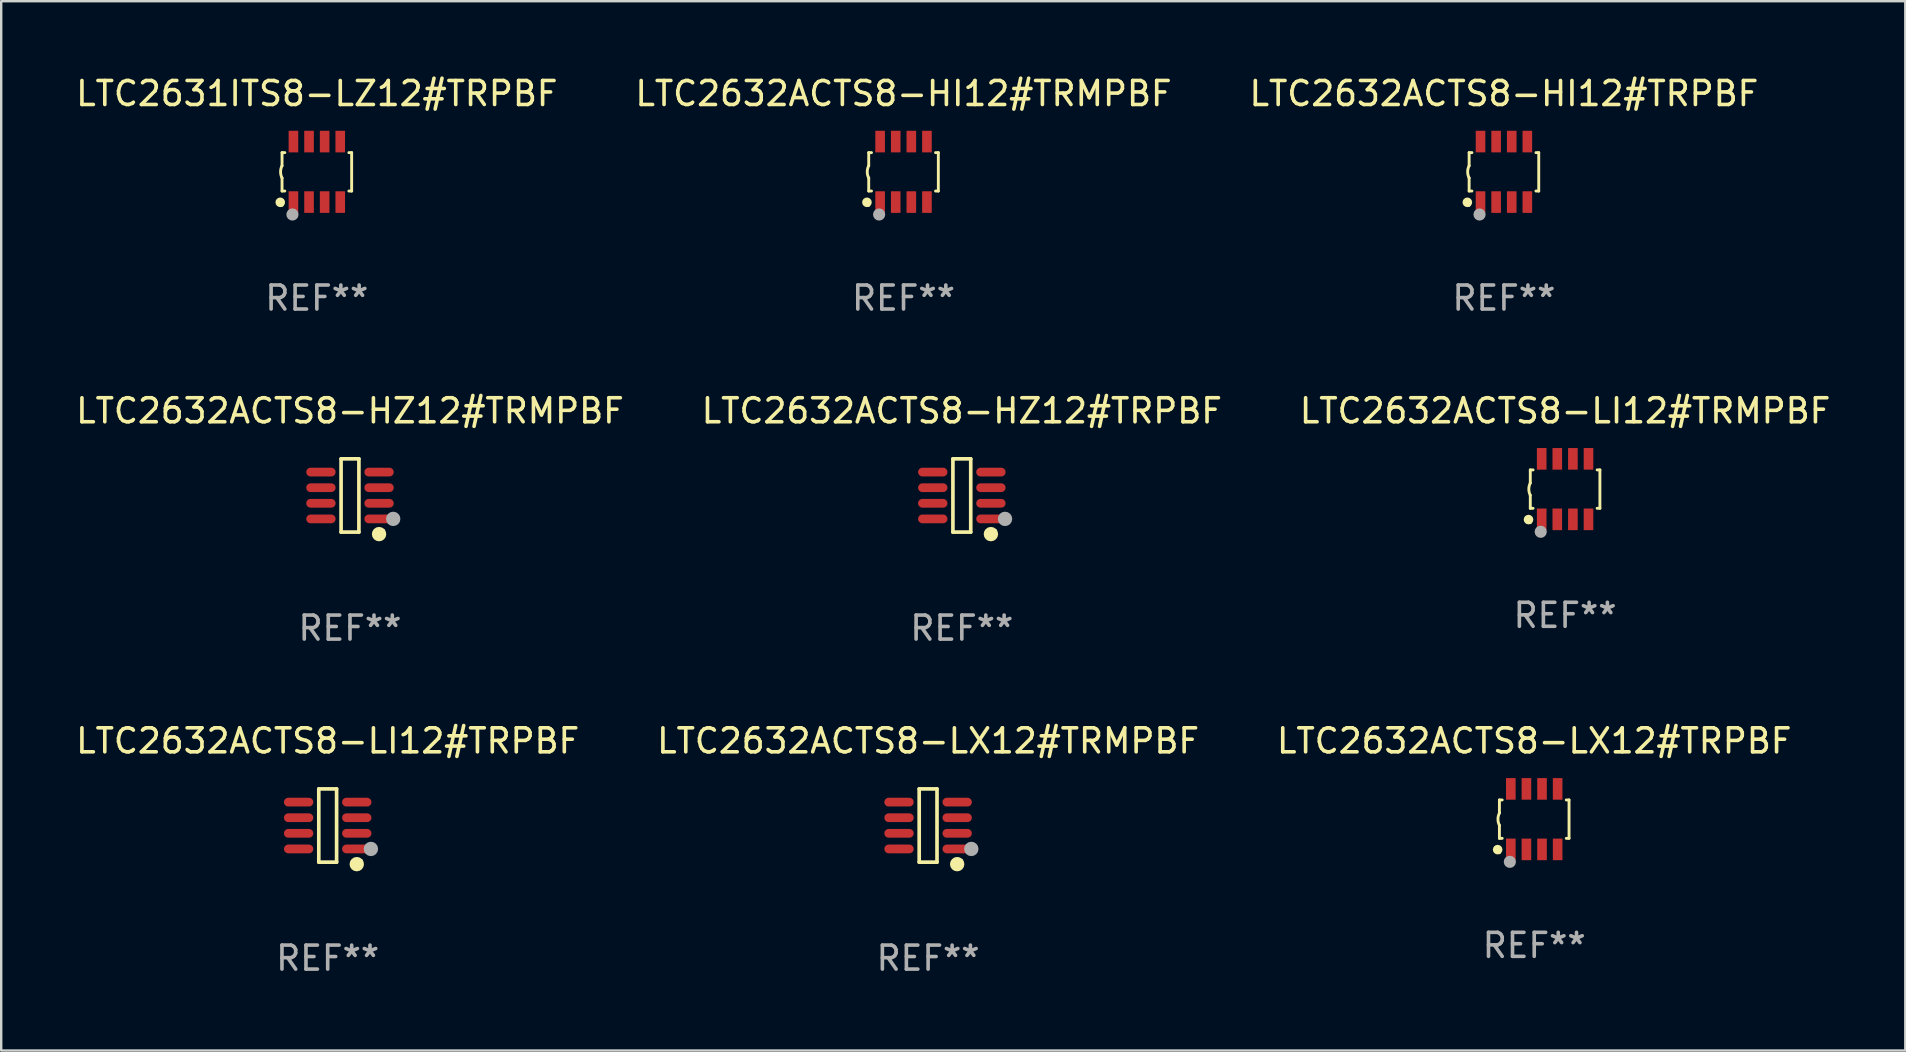
<source format=kicad_pcb>
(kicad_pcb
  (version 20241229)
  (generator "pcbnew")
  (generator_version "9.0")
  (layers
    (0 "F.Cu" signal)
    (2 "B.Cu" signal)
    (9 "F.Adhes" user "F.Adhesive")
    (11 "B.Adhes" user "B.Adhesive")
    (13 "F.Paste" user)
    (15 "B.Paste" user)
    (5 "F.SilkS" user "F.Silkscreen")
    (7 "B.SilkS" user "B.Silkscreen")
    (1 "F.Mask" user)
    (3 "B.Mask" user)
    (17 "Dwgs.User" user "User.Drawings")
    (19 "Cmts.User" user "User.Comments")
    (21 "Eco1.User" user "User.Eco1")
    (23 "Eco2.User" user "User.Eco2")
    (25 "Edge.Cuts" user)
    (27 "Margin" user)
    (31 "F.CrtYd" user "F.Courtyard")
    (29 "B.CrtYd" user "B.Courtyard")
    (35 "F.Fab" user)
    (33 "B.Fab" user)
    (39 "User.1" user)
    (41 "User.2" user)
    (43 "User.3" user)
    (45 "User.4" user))
  (footprint "LTC2632ACTS8-HI12#TRMPBF"
    (layer "F.Cu")
    (at 34.589 4.108)
    (property "Reference" "LTC2632ACTS8-HI12#TRMPBF" (at 0 -3.26 0) (layer "F.SilkS") (effects (font (size 1 1) (thickness 0.15))))
    (attr through_hole)
    (fp_line (start -1.45 -0.8) (end -1.45 -0.254) (stroke (width 0.12) (type solid)) (layer "F.SilkS"))
    (fp_line (start -1.45 -0.8) (end -1.334 -0.8) (stroke (width 0.12) (type solid)) (layer "F.SilkS"))
    (fp_line (start -1.45 0.8) (end -1.45 0.254) (stroke (width 0.12) (type solid)) (layer "F.SilkS"))
    (fp_line (start -1.45 0.8) (end -1.334 0.8) (stroke (width 0.12) (type solid)) (layer "F.SilkS"))
    (fp_line (start 1.334 -0.8) (end 1.45 -0.8) (stroke (width 0.12) (type solid)) (layer "F.SilkS"))
    (fp_line (start 1.334 0.8) (end 1.45 0.8) (stroke (width 0.12) (type solid)) (layer "F.SilkS"))
    (fp_line (start 1.45 0.8) (end 1.45 -0.8) (stroke (width 0.12) (type solid)) (layer "F.SilkS"))
    (fp_arc (start -1.45075 0.255144) (mid -1.510605 0.000434) (end -1.450013 -0.254102) (stroke (width 0.11999) (type solid)) (layer "F.SilkS"))
    (fp_circle (center -1.524 1.27) (end -1.424 1.27) (stroke (width 0.2) (type solid)) (fill no) (layer "F.SilkS"))
    (fp_circle (center -1.45 1.4) (end -1.42 1.4) (stroke (width 0.06) (type solid)) (fill no) (layer "F.SilkS"))
    (fp_circle (center -1.016 1.778) (end -0.889 1.778) (stroke (width 0.254) (type solid)) (fill no) (layer "F.Fab"))
    (fp_text user "REF**" (at 0 5.26 0) (layer "F.Fab") (effects (font (size 1 1) (thickness 0.15))))
    (pad "1" smd rect (at -0.975 1.26) (size 0.4 0.9) (layers "F.Cu" "F.Mask" "F.Paste"))
    (pad "2" smd rect (at -0.325 1.26) (size 0.4 0.9) (layers "F.Cu" "F.Mask" "F.Paste"))
    (pad "3" smd rect (at 0.325 1.26) (size 0.4 0.9) (layers "F.Cu" "F.Mask" "F.Paste"))
    (pad "4" smd rect (at 0.975 1.26) (size 0.4 0.9) (layers "F.Cu" "F.Mask" "F.Paste"))
    (pad "5" smd rect (at 0.975 -1.26) (size 0.4 0.9) (layers "F.Cu" "F.Mask" "F.Paste"))
    (pad "6" smd rect (at 0.325 -1.26) (size 0.4 0.9) (layers "F.Cu" "F.Mask" "F.Paste"))
    (pad "7" smd rect (at -0.325 -1.26) (size 0.4 0.9) (layers "F.Cu" "F.Mask" "F.Paste"))
    (pad "8" smd rect (at -0.975 -1.26) (size 0.4 0.9) (layers "F.Cu" "F.Mask" "F.Paste")))
  (footprint "LTC2632ACTS8-HZ12#TRPBF"
    (layer "F.Cu")
    (at 37.018 17.591)
    (property "Reference" "LTC2632ACTS8-HZ12#TRPBF" (at 0 -3.526 0) (layer "F.SilkS") (effects (font (size 1 1) (thickness 0.15))))
    (attr through_hole)
    (fp_line (start -0.371 -1.526) (end 0.371 -1.526) (stroke (width 0.152) (type solid)) (layer "F.SilkS"))
    (fp_line (start -0.371 1.526) (end -0.371 -1.526) (stroke (width 0.152) (type solid)) (layer "F.SilkS"))
    (fp_line (start 0.371 -1.526) (end 0.371 1.526) (stroke (width 0.152) (type solid)) (layer "F.SilkS"))
    (fp_line (start 0.371 1.526) (end -0.371 1.526) (stroke (width 0.152) (type solid)) (layer "F.SilkS"))
    (fp_circle (center 1.211 1.609) (end 1.361 1.609) (stroke (width 0.3) (type solid)) (fill no) (layer "F.SilkS"))
    (fp_circle (center 1.4 1.45) (end 1.43 1.45) (stroke (width 0.06) (type solid)) (fill no) (layer "F.SilkS"))
    (fp_circle (center 1.8 0.975) (end 1.95 0.975) (stroke (width 0.3) (type solid)) (fill no) (layer "F.Fab"))
    (fp_text user "REF**" (at 0 5.526 0) (layer "F.Fab") (effects (font (size 1 1) (thickness 0.15))))
    (pad "1" smd oval (at 1.211 0.975) (size 1.222 0.364) (layers "F.Cu" "F.Mask" "F.Paste"))
    (pad "2" smd oval (at 1.211 0.325) (size 1.222 0.364) (layers "F.Cu" "F.Mask" "F.Paste"))
    (pad "3" smd oval (at 1.211 -0.325) (size 1.222 0.364) (layers "F.Cu" "F.Mask" "F.Paste"))
    (pad "4" smd oval (at 1.211 -0.975) (size 1.222 0.364) (layers "F.Cu" "F.Mask" "F.Paste"))
    (pad "5" smd oval (at -1.211 -0.975) (size 1.222 0.364) (layers "F.Cu" "F.Mask" "F.Paste"))
    (pad "6" smd oval (at -1.211 -0.325) (size 1.222 0.364) (layers "F.Cu" "F.Mask" "F.Paste"))
    (pad "7" smd oval (at -1.211 0.325) (size 1.222 0.364) (layers "F.Cu" "F.Mask" "F.Paste"))
    (pad "8" smd oval (at -1.211 0.975) (size 1.222 0.364) (layers "F.Cu" "F.Mask" "F.Paste")))
  (footprint "LTC2632ACTS8-HZ12#TRMPBF"
    (layer "F.Cu")
    (at 11.53 17.591)
    (property "Reference" "LTC2632ACTS8-HZ12#TRMPBF" (at 0 -3.526 0) (layer "F.SilkS") (effects (font (size 1 1) (thickness 0.15))))
    (attr through_hole)
    (fp_line (start -0.371 -1.526) (end 0.371 -1.526) (stroke (width 0.152) (type solid)) (layer "F.SilkS"))
    (fp_line (start -0.371 1.526) (end -0.371 -1.526) (stroke (width 0.152) (type solid)) (layer "F.SilkS"))
    (fp_line (start 0.371 -1.526) (end 0.371 1.526) (stroke (width 0.152) (type solid)) (layer "F.SilkS"))
    (fp_line (start 0.371 1.526) (end -0.371 1.526) (stroke (width 0.152) (type solid)) (layer "F.SilkS"))
    (fp_circle (center 1.211 1.609) (end 1.361 1.609) (stroke (width 0.3) (type solid)) (fill no) (layer "F.SilkS"))
    (fp_circle (center 1.4 1.45) (end 1.43 1.45) (stroke (width 0.06) (type solid)) (fill no) (layer "F.SilkS"))
    (fp_circle (center 1.8 0.975) (end 1.95 0.975) (stroke (width 0.3) (type solid)) (fill no) (layer "F.Fab"))
    (fp_text user "REF**" (at 0 5.526 0) (layer "F.Fab") (effects (font (size 1 1) (thickness 0.15))))
    (pad "1" smd oval (at 1.211 0.975) (size 1.222 0.364) (layers "F.Cu" "F.Mask" "F.Paste"))
    (pad "2" smd oval (at 1.211 0.325) (size 1.222 0.364) (layers "F.Cu" "F.Mask" "F.Paste"))
    (pad "3" smd oval (at 1.211 -0.325) (size 1.222 0.364) (layers "F.Cu" "F.Mask" "F.Paste"))
    (pad "4" smd oval (at 1.211 -0.975) (size 1.222 0.364) (layers "F.Cu" "F.Mask" "F.Paste"))
    (pad "5" smd oval (at -1.211 -0.975) (size 1.222 0.364) (layers "F.Cu" "F.Mask" "F.Paste"))
    (pad "6" smd oval (at -1.211 -0.325) (size 1.222 0.364) (layers "F.Cu" "F.Mask" "F.Paste"))
    (pad "7" smd oval (at -1.211 0.325) (size 1.222 0.364) (layers "F.Cu" "F.Mask" "F.Paste"))
    (pad "8" smd oval (at -1.211 0.975) (size 1.222 0.364) (layers "F.Cu" "F.Mask" "F.Paste")))
  (footprint "LTC2632ACTS8-LX12#TRPBF"
    (layer "F.Cu")
    (at 60.863 31.074)
    (property "Reference" "LTC2632ACTS8-LX12#TRPBF" (at 0 -3.26 0) (layer "F.SilkS") (effects (font (size 1 1) (thickness 0.15))))
    (attr through_hole)
    (fp_line (start -1.45 -0.8) (end -1.45 -0.254) (stroke (width 0.12) (type solid)) (layer "F.SilkS"))
    (fp_line (start -1.45 -0.8) (end -1.334 -0.8) (stroke (width 0.12) (type solid)) (layer "F.SilkS"))
    (fp_line (start -1.45 0.8) (end -1.45 0.254) (stroke (width 0.12) (type solid)) (layer "F.SilkS"))
    (fp_line (start -1.45 0.8) (end -1.334 0.8) (stroke (width 0.12) (type solid)) (layer "F.SilkS"))
    (fp_line (start 1.334 -0.8) (end 1.45 -0.8) (stroke (width 0.12) (type solid)) (layer "F.SilkS"))
    (fp_line (start 1.334 0.8) (end 1.45 0.8) (stroke (width 0.12) (type solid)) (layer "F.SilkS"))
    (fp_line (start 1.45 0.8) (end 1.45 -0.8) (stroke (width 0.12) (type solid)) (layer "F.SilkS"))
    (fp_arc (start -1.45075 0.255144) (mid -1.510605 0.000434) (end -1.450013 -0.254102) (stroke (width 0.11999) (type solid)) (layer "F.SilkS"))
    (fp_circle (center -1.524 1.27) (end -1.424 1.27) (stroke (width 0.2) (type solid)) (fill no) (layer "F.SilkS"))
    (fp_circle (center -1.45 1.4) (end -1.42 1.4) (stroke (width 0.06) (type solid)) (fill no) (layer "F.SilkS"))
    (fp_circle (center -1.016 1.778) (end -0.889 1.778) (stroke (width 0.254) (type solid)) (fill no) (layer "F.Fab"))
    (fp_text user "REF**" (at 0 5.26 0) (layer "F.Fab") (effects (font (size 1 1) (thickness 0.15))))
    (pad "1" smd rect (at -0.975 1.26) (size 0.4 0.9) (layers "F.Cu" "F.Mask" "F.Paste"))
    (pad "2" smd rect (at -0.325 1.26) (size 0.4 0.9) (layers "F.Cu" "F.Mask" "F.Paste"))
    (pad "3" smd rect (at 0.325 1.26) (size 0.4 0.9) (layers "F.Cu" "F.Mask" "F.Paste"))
    (pad "4" smd rect (at 0.975 1.26) (size 0.4 0.9) (layers "F.Cu" "F.Mask" "F.Paste"))
    (pad "5" smd rect (at 0.975 -1.26) (size 0.4 0.9) (layers "F.Cu" "F.Mask" "F.Paste"))
    (pad "6" smd rect (at 0.325 -1.26) (size 0.4 0.9) (layers "F.Cu" "F.Mask" "F.Paste"))
    (pad "7" smd rect (at -0.325 -1.26) (size 0.4 0.9) (layers "F.Cu" "F.Mask" "F.Paste"))
    (pad "8" smd rect (at -0.975 -1.26) (size 0.4 0.9) (layers "F.Cu" "F.Mask" "F.Paste")))
  (footprint "LTC2631ITS8-LZ12#TRPBF"
    (layer "F.Cu")
    (at 10.149 4.108)
    (property "Reference" "LTC2631ITS8-LZ12#TRPBF" (at 0 -3.26 0) (layer "F.SilkS") (effects (font (size 1 1) (thickness 0.15))))
    (attr through_hole)
    (fp_line (start -1.45 -0.8) (end -1.45 -0.254) (stroke (width 0.12) (type solid)) (layer "F.SilkS"))
    (fp_line (start -1.45 -0.8) (end -1.334 -0.8) (stroke (width 0.12) (type solid)) (layer "F.SilkS"))
    (fp_line (start -1.45 0.8) (end -1.45 0.254) (stroke (width 0.12) (type solid)) (layer "F.SilkS"))
    (fp_line (start -1.45 0.8) (end -1.334 0.8) (stroke (width 0.12) (type solid)) (layer "F.SilkS"))
    (fp_line (start 1.334 -0.8) (end 1.45 -0.8) (stroke (width 0.12) (type solid)) (layer "F.SilkS"))
    (fp_line (start 1.334 0.8) (end 1.45 0.8) (stroke (width 0.12) (type solid)) (layer "F.SilkS"))
    (fp_line (start 1.45 0.8) (end 1.45 -0.8) (stroke (width 0.12) (type solid)) (layer "F.SilkS"))
    (fp_arc (start -1.45075 0.255144) (mid -1.510605 0.000434) (end -1.450013 -0.254102) (stroke (width 0.11999) (type solid)) (layer "F.SilkS"))
    (fp_circle (center -1.524 1.27) (end -1.424 1.27) (stroke (width 0.2) (type solid)) (fill no) (layer "F.SilkS"))
    (fp_circle (center -1.45 1.4) (end -1.42 1.4) (stroke (width 0.06) (type solid)) (fill no) (layer "F.SilkS"))
    (fp_circle (center -1.016 1.778) (end -0.889 1.778) (stroke (width 0.254) (type solid)) (fill no) (layer "F.Fab"))
    (fp_text user "REF**" (at 0 5.26 0) (layer "F.Fab") (effects (font (size 1 1) (thickness 0.15))))
    (pad "1" smd rect (at -0.975 1.26) (size 0.4 0.9) (layers "F.Cu" "F.Mask" "F.Paste"))
    (pad "2" smd rect (at -0.325 1.26) (size 0.4 0.9) (layers "F.Cu" "F.Mask" "F.Paste"))
    (pad "3" smd rect (at 0.325 1.26) (size 0.4 0.9) (layers "F.Cu" "F.Mask" "F.Paste"))
    (pad "4" smd rect (at 0.975 1.26) (size 0.4 0.9) (layers "F.Cu" "F.Mask" "F.Paste"))
    (pad "5" smd rect (at 0.975 -1.26) (size 0.4 0.9) (layers "F.Cu" "F.Mask" "F.Paste"))
    (pad "6" smd rect (at 0.325 -1.26) (size 0.4 0.9) (layers "F.Cu" "F.Mask" "F.Paste"))
    (pad "7" smd rect (at -0.325 -1.26) (size 0.4 0.9) (layers "F.Cu" "F.Mask" "F.Paste"))
    (pad "8" smd rect (at -0.975 -1.26) (size 0.4 0.9) (layers "F.Cu" "F.Mask" "F.Paste")))
  (footprint "LTC2632ACTS8-LI12#TRMPBF"
    (layer "F.Cu")
    (at 62.149 17.325)
    (property "Reference" "LTC2632ACTS8-LI12#TRMPBF" (at 0 -3.26 0) (layer "F.SilkS") (effects (font (size 1 1) (thickness 0.15))))
    (attr through_hole)
    (fp_line (start -1.45 -0.8) (end -1.45 -0.254) (stroke (width 0.12) (type solid)) (layer "F.SilkS"))
    (fp_line (start -1.45 -0.8) (end -1.334 -0.8) (stroke (width 0.12) (type solid)) (layer "F.SilkS"))
    (fp_line (start -1.45 0.8) (end -1.45 0.254) (stroke (width 0.12) (type solid)) (layer "F.SilkS"))
    (fp_line (start -1.45 0.8) (end -1.334 0.8) (stroke (width 0.12) (type solid)) (layer "F.SilkS"))
    (fp_line (start 1.334 -0.8) (end 1.45 -0.8) (stroke (width 0.12) (type solid)) (layer "F.SilkS"))
    (fp_line (start 1.334 0.8) (end 1.45 0.8) (stroke (width 0.12) (type solid)) (layer "F.SilkS"))
    (fp_line (start 1.45 0.8) (end 1.45 -0.8) (stroke (width 0.12) (type solid)) (layer "F.SilkS"))
    (fp_arc (start -1.45075 0.255144) (mid -1.510605 0.000434) (end -1.450013 -0.254102) (stroke (width 0.11999) (type solid)) (layer "F.SilkS"))
    (fp_circle (center -1.524 1.27) (end -1.424 1.27) (stroke (width 0.2) (type solid)) (fill no) (layer "F.SilkS"))
    (fp_circle (center -1.45 1.4) (end -1.42 1.4) (stroke (width 0.06) (type solid)) (fill no) (layer "F.SilkS"))
    (fp_circle (center -1.016 1.778) (end -0.889 1.778) (stroke (width 0.254) (type solid)) (fill no) (layer "F.Fab"))
    (fp_text user "REF**" (at 0 5.26 0) (layer "F.Fab") (effects (font (size 1 1) (thickness 0.15))))
    (pad "1" smd rect (at -0.975 1.26) (size 0.4 0.9) (layers "F.Cu" "F.Mask" "F.Paste"))
    (pad "2" smd rect (at -0.325 1.26) (size 0.4 0.9) (layers "F.Cu" "F.Mask" "F.Paste"))
    (pad "3" smd rect (at 0.325 1.26) (size 0.4 0.9) (layers "F.Cu" "F.Mask" "F.Paste"))
    (pad "4" smd rect (at 0.975 1.26) (size 0.4 0.9) (layers "F.Cu" "F.Mask" "F.Paste"))
    (pad "5" smd rect (at 0.975 -1.26) (size 0.4 0.9) (layers "F.Cu" "F.Mask" "F.Paste"))
    (pad "6" smd rect (at 0.325 -1.26) (size 0.4 0.9) (layers "F.Cu" "F.Mask" "F.Paste"))
    (pad "7" smd rect (at -0.325 -1.26) (size 0.4 0.9) (layers "F.Cu" "F.Mask" "F.Paste"))
    (pad "8" smd rect (at -0.975 -1.26) (size 0.4 0.9) (layers "F.Cu" "F.Mask" "F.Paste")))
  (footprint "LTC2632ACTS8-LI12#TRPBF"
    (layer "F.Cu")
    (at 10.601 31.34)
    (property "Reference" "LTC2632ACTS8-LI12#TRPBF" (at 0 -3.526 0) (layer "F.SilkS") (effects (font (size 1 1) (thickness 0.15))))
    (attr through_hole)
    (fp_line (start -0.371 -1.526) (end 0.371 -1.526) (stroke (width 0.152) (type solid)) (layer "F.SilkS"))
    (fp_line (start -0.371 1.526) (end -0.371 -1.526) (stroke (width 0.152) (type solid)) (layer "F.SilkS"))
    (fp_line (start 0.371 -1.526) (end 0.371 1.526) (stroke (width 0.152) (type solid)) (layer "F.SilkS"))
    (fp_line (start 0.371 1.526) (end -0.371 1.526) (stroke (width 0.152) (type solid)) (layer "F.SilkS"))
    (fp_circle (center 1.211 1.609) (end 1.361 1.609) (stroke (width 0.3) (type solid)) (fill no) (layer "F.SilkS"))
    (fp_circle (center 1.4 1.45) (end 1.43 1.45) (stroke (width 0.06) (type solid)) (fill no) (layer "F.SilkS"))
    (fp_circle (center 1.8 0.975) (end 1.95 0.975) (stroke (width 0.3) (type solid)) (fill no) (layer "F.Fab"))
    (fp_text user "REF**" (at 0 5.526 0) (layer "F.Fab") (effects (font (size 1 1) (thickness 0.15))))
    (pad "1" smd oval (at 1.211 0.975) (size 1.222 0.364) (layers "F.Cu" "F.Mask" "F.Paste"))
    (pad "2" smd oval (at 1.211 0.325) (size 1.222 0.364) (layers "F.Cu" "F.Mask" "F.Paste"))
    (pad "3" smd oval (at 1.211 -0.325) (size 1.222 0.364) (layers "F.Cu" "F.Mask" "F.Paste"))
    (pad "4" smd oval (at 1.211 -0.975) (size 1.222 0.364) (layers "F.Cu" "F.Mask" "F.Paste"))
    (pad "5" smd oval (at -1.211 -0.975) (size 1.222 0.364) (layers "F.Cu" "F.Mask" "F.Paste"))
    (pad "6" smd oval (at -1.211 -0.325) (size 1.222 0.364) (layers "F.Cu" "F.Mask" "F.Paste"))
    (pad "7" smd oval (at -1.211 0.325) (size 1.222 0.364) (layers "F.Cu" "F.Mask" "F.Paste"))
    (pad "8" smd oval (at -1.211 0.975) (size 1.222 0.364) (layers "F.Cu" "F.Mask" "F.Paste")))
  (footprint "LTC2632ACTS8-LX12#TRMPBF"
    (layer "F.Cu")
    (at 35.613 31.34)
    (property "Reference" "LTC2632ACTS8-LX12#TRMPBF" (at 0 -3.526 0) (layer "F.SilkS") (effects (font (size 1 1) (thickness 0.15))))
    (attr through_hole)
    (fp_line (start -0.371 -1.526) (end 0.371 -1.526) (stroke (width 0.152) (type solid)) (layer "F.SilkS"))
    (fp_line (start -0.371 1.526) (end -0.371 -1.526) (stroke (width 0.152) (type solid)) (layer "F.SilkS"))
    (fp_line (start 0.371 -1.526) (end 0.371 1.526) (stroke (width 0.152) (type solid)) (layer "F.SilkS"))
    (fp_line (start 0.371 1.526) (end -0.371 1.526) (stroke (width 0.152) (type solid)) (layer "F.SilkS"))
    (fp_circle (center 1.211 1.609) (end 1.361 1.609) (stroke (width 0.3) (type solid)) (fill no) (layer "F.SilkS"))
    (fp_circle (center 1.4 1.45) (end 1.43 1.45) (stroke (width 0.06) (type solid)) (fill no) (layer "F.SilkS"))
    (fp_circle (center 1.8 0.975) (end 1.95 0.975) (stroke (width 0.3) (type solid)) (fill no) (layer "F.Fab"))
    (fp_text user "REF**" (at 0 5.526 0) (layer "F.Fab") (effects (font (size 1 1) (thickness 0.15))))
    (pad "1" smd oval (at 1.211 0.975) (size 1.222 0.364) (layers "F.Cu" "F.Mask" "F.Paste"))
    (pad "2" smd oval (at 1.211 0.325) (size 1.222 0.364) (layers "F.Cu" "F.Mask" "F.Paste"))
    (pad "3" smd oval (at 1.211 -0.325) (size 1.222 0.364) (layers "F.Cu" "F.Mask" "F.Paste"))
    (pad "4" smd oval (at 1.211 -0.975) (size 1.222 0.364) (layers "F.Cu" "F.Mask" "F.Paste"))
    (pad "5" smd oval (at -1.211 -0.975) (size 1.222 0.364) (layers "F.Cu" "F.Mask" "F.Paste"))
    (pad "6" smd oval (at -1.211 -0.325) (size 1.222 0.364) (layers "F.Cu" "F.Mask" "F.Paste"))
    (pad "7" smd oval (at -1.211 0.325) (size 1.222 0.364) (layers "F.Cu" "F.Mask" "F.Paste"))
    (pad "8" smd oval (at -1.211 0.975) (size 1.222 0.364) (layers "F.Cu" "F.Mask" "F.Paste")))
  (footprint "LTC2632ACTS8-HI12#TRPBF"
    (layer "F.Cu")
    (at 59.601 4.108)
    (property "Reference" "LTC2632ACTS8-HI12#TRPBF" (at 0 -3.26 0) (layer "F.SilkS") (effects (font (size 1 1) (thickness 0.15))))
    (attr through_hole)
    (fp_line (start -1.45 -0.8) (end -1.45 -0.254) (stroke (width 0.12) (type solid)) (layer "F.SilkS"))
    (fp_line (start -1.45 -0.8) (end -1.334 -0.8) (stroke (width 0.12) (type solid)) (layer "F.SilkS"))
    (fp_line (start -1.45 0.8) (end -1.45 0.254) (stroke (width 0.12) (type solid)) (layer "F.SilkS"))
    (fp_line (start -1.45 0.8) (end -1.334 0.8) (stroke (width 0.12) (type solid)) (layer "F.SilkS"))
    (fp_line (start 1.334 -0.8) (end 1.45 -0.8) (stroke (width 0.12) (type solid)) (layer "F.SilkS"))
    (fp_line (start 1.334 0.8) (end 1.45 0.8) (stroke (width 0.12) (type solid)) (layer "F.SilkS"))
    (fp_line (start 1.45 0.8) (end 1.45 -0.8) (stroke (width 0.12) (type solid)) (layer "F.SilkS"))
    (fp_arc (start -1.45075 0.255144) (mid -1.510605 0.000434) (end -1.450013 -0.254102) (stroke (width 0.11999) (type solid)) (layer "F.SilkS"))
    (fp_circle (center -1.524 1.27) (end -1.424 1.27) (stroke (width 0.2) (type solid)) (fill no) (layer "F.SilkS"))
    (fp_circle (center -1.45 1.4) (end -1.42 1.4) (stroke (width 0.06) (type solid)) (fill no) (layer "F.SilkS"))
    (fp_circle (center -1.016 1.778) (end -0.889 1.778) (stroke (width 0.254) (type solid)) (fill no) (layer "F.Fab"))
    (fp_text user "REF**" (at 0 5.26 0) (layer "F.Fab") (effects (font (size 1 1) (thickness 0.15))))
    (pad "1" smd rect (at -0.975 1.26) (size 0.4 0.9) (layers "F.Cu" "F.Mask" "F.Paste"))
    (pad "2" smd rect (at -0.325 1.26) (size 0.4 0.9) (layers "F.Cu" "F.Mask" "F.Paste"))
    (pad "3" smd rect (at 0.325 1.26) (size 0.4 0.9) (layers "F.Cu" "F.Mask" "F.Paste"))
    (pad "4" smd rect (at 0.975 1.26) (size 0.4 0.9) (layers "F.Cu" "F.Mask" "F.Paste"))
    (pad "5" smd rect (at 0.975 -1.26) (size 0.4 0.9) (layers "F.Cu" "F.Mask" "F.Paste"))
    (pad "6" smd rect (at 0.325 -1.26) (size 0.4 0.9) (layers "F.Cu" "F.Mask" "F.Paste"))
    (pad "7" smd rect (at -0.325 -1.26) (size 0.4 0.9) (layers "F.Cu" "F.Mask" "F.Paste"))
    (pad "8" smd rect (at -0.975 -1.26) (size 0.4 0.9) (layers "F.Cu" "F.Mask" "F.Paste")))
  (gr_rect
    (start -3 -3)
    (end 76.321 40.714)
    (stroke (width 0.1) (type default))
    (fill no)
    (layer "Edge.Cuts")))
</source>
